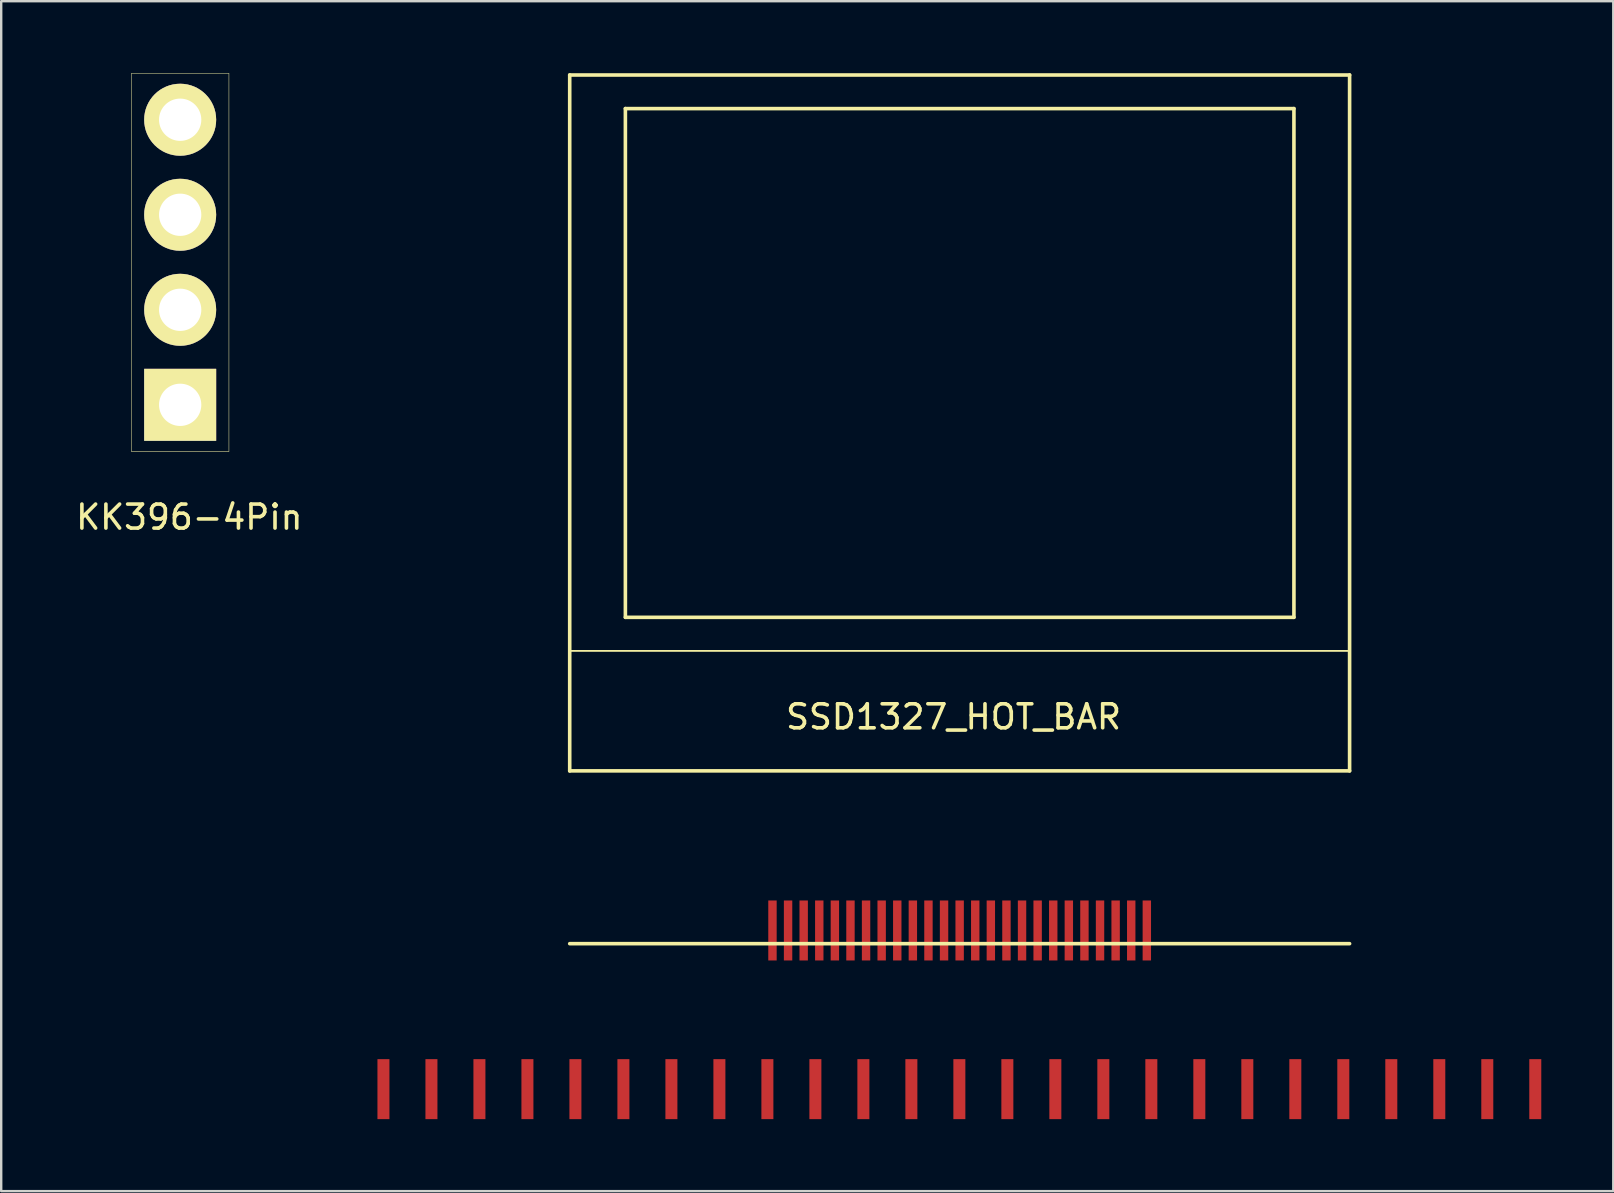
<source format=kicad_pcb>
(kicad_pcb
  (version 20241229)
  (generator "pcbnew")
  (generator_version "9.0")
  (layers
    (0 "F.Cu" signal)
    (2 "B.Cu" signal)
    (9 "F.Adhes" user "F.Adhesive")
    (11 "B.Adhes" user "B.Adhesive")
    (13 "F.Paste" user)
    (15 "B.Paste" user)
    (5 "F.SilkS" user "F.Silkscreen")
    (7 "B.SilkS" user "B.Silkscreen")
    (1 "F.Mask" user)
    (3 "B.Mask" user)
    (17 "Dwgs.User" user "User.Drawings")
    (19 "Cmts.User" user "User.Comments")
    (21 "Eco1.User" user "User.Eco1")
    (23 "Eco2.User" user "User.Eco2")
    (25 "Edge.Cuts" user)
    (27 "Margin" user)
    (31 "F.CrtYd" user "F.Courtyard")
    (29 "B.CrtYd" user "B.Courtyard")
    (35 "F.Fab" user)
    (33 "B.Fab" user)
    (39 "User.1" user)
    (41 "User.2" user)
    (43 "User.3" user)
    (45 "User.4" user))
  (footprint "SSD1327_HOT_BAR"
    (layer "F.Cu")
    (at 36.941 36.475)
    (property "Reference" "SSD1327_HOT_BAR" (at -0.254 -9.652 0) (layer "F.SilkS") (effects (font (size 1 1) (thickness 0.15))))
    (attr through_hole)
    (fp_line (start -16.25 -36.4) (end -16.25 -7.4) (stroke (width 0.15) (type solid)) (layer "F.SilkS"))
    (fp_line (start -16.25 -36.4) (end 16.25 -36.4) (stroke (width 0.15) (type solid)) (layer "F.SilkS"))
    (fp_line (start -16.25 -7.4) (end 16.25 -7.4) (stroke (width 0.15) (type solid)) (layer "F.SilkS"))
    (fp_line (start -16.25 -0.2) (end 16.25 -0.2) (stroke (width 0.15) (type solid)) (layer "F.SilkS"))
    (fp_line (start -13.93 -35) (end -13.93 -13.8) (stroke (width 0.15) (type solid)) (layer "F.SilkS"))
    (fp_line (start -13.93 -35) (end 13.93 -35) (stroke (width 0.15) (type solid)) (layer "F.SilkS"))
    (fp_line (start 13.93 -13.8) (end -13.93 -13.8) (stroke (width 0.15) (type solid)) (layer "F.SilkS"))
    (fp_line (start 13.93 -13.8) (end 13.93 -35) (stroke (width 0.15) (type solid)) (layer "F.SilkS"))
    (fp_line (start 16.25 -12.4) (end -16.25 -12.4) (stroke (width 0.075) (type solid)) (layer "F.SilkS"))
    (fp_line (start 16.25 -7.4) (end 16.25 -36.4) (stroke (width 0.15) (type solid)) (layer "F.SilkS"))
    (pad "1" smd rect (at 7.8 -0.75 180) (size 0.35 2.5) (layers "F.Cu" "F.Mask" "F.Paste"))
    (pad "1" smd rect (at 23.988 5.862 180) (size 0.5 2.5) (layers "F.Cu" "F.Mask" "F.Paste"))
    (pad "2" smd rect (at 7.15 -0.75 180) (size 0.35 2.5) (layers "F.Cu" "F.Mask" "F.Paste"))
    (pad "2" smd rect (at 21.988 5.862 180) (size 0.5 2.5) (layers "F.Cu" "F.Mask" "F.Paste"))
    (pad "3" smd rect (at 6.5 -0.75 180) (size 0.35 2.5) (layers "F.Cu" "F.Mask" "F.Paste"))
    (pad "3" smd rect (at 19.988 5.862 180) (size 0.5 2.5) (layers "F.Cu" "F.Mask" "F.Paste"))
    (pad "4" smd rect (at 5.85 -0.75 180) (size 0.35 2.5) (layers "F.Cu" "F.Mask" "F.Paste"))
    (pad "4" smd rect (at 17.988 5.862 180) (size 0.5 2.5) (layers "F.Cu" "F.Mask" "F.Paste"))
    (pad "5" smd rect (at 5.2 -0.75 180) (size 0.35 2.5) (layers "F.Cu" "F.Mask" "F.Paste"))
    (pad "5" smd rect (at 15.988 5.862 180) (size 0.5 2.5) (layers "F.Cu" "F.Mask" "F.Paste"))
    (pad "6" smd rect (at 4.55 -0.75 180) (size 0.35 2.5) (layers "F.Cu" "F.Mask" "F.Paste"))
    (pad "6" smd rect (at 13.988 5.862 180) (size 0.5 2.5) (layers "F.Cu" "F.Mask" "F.Paste"))
    (pad "7" smd rect (at 3.9 -0.75 180) (size 0.35 2.5) (layers "F.Cu" "F.Mask" "F.Paste"))
    (pad "7" smd rect (at 11.988 5.862 180) (size 0.5 2.5) (layers "F.Cu" "F.Mask" "F.Paste"))
    (pad "8" smd rect (at 3.25 -0.75 180) (size 0.35 2.5) (layers "F.Cu" "F.Mask" "F.Paste"))
    (pad "8" smd rect (at 9.988 5.862 180) (size 0.5 2.5) (layers "F.Cu" "F.Mask" "F.Paste"))
    (pad "9" smd rect (at 2.6 -0.75 180) (size 0.35 2.5) (layers "F.Cu" "F.Mask" "F.Paste"))
    (pad "9" smd rect (at 7.988 5.862 180) (size 0.5 2.5) (layers "F.Cu" "F.Mask" "F.Paste"))
    (pad "10" smd rect (at 1.95 -0.75 180) (size 0.35 2.5) (layers "F.Cu" "F.Mask" "F.Paste"))
    (pad "10" smd rect (at 5.988 5.862 180) (size 0.5 2.5) (layers "F.Cu" "F.Mask" "F.Paste"))
    (pad "11" smd rect (at 1.3 -0.75 180) (size 0.35 2.5) (layers "F.Cu" "F.Mask" "F.Paste"))
    (pad "11" smd rect (at 3.988 5.862 180) (size 0.5 2.5) (layers "F.Cu" "F.Mask" "F.Paste"))
    (pad "12" smd rect (at 0.65 -0.75 180) (size 0.35 2.5) (layers "F.Cu" "F.Mask" "F.Paste"))
    (pad "12" smd rect (at 1.988 5.862 180) (size 0.5 2.5) (layers "F.Cu" "F.Mask" "F.Paste"))
    (pad "13" smd rect (at -0.012 5.862 180) (size 0.5 2.5) (layers "F.Cu" "F.Mask" "F.Paste"))
    (pad "13" smd rect (at 0 -0.75 180) (size 0.35 2.5) (layers "F.Cu" "F.Mask" "F.Paste"))
    (pad "14" smd rect (at -2.012 5.862 180) (size 0.5 2.5) (layers "F.Cu" "F.Mask" "F.Paste"))
    (pad "14" smd rect (at -0.65 -0.75 180) (size 0.35 2.5) (layers "F.Cu" "F.Mask" "F.Paste"))
    (pad "15" smd rect (at -4.012 5.862 180) (size 0.5 2.5) (layers "F.Cu" "F.Mask" "F.Paste"))
    (pad "15" smd rect (at -1.3 -0.75 180) (size 0.35 2.5) (layers "F.Cu" "F.Mask" "F.Paste"))
    (pad "16" smd rect (at -6.012 5.862 180) (size 0.5 2.5) (layers "F.Cu" "F.Mask" "F.Paste"))
    (pad "16" smd rect (at -1.95 -0.75 180) (size 0.35 2.5) (layers "F.Cu" "F.Mask" "F.Paste"))
    (pad "17" smd rect (at -8.012 5.862 180) (size 0.5 2.5) (layers "F.Cu" "F.Mask" "F.Paste"))
    (pad "17" smd rect (at -2.6 -0.75 180) (size 0.35 2.5) (layers "F.Cu" "F.Mask" "F.Paste"))
    (pad "18" smd rect (at -10.012 5.862 180) (size 0.5 2.5) (layers "F.Cu" "F.Mask" "F.Paste"))
    (pad "18" smd rect (at -3.25 -0.75 180) (size 0.35 2.5) (layers "F.Cu" "F.Mask" "F.Paste"))
    (pad "19" smd rect (at -12.012 5.862 180) (size 0.5 2.5) (layers "F.Cu" "F.Mask" "F.Paste"))
    (pad "19" smd rect (at -3.9 -0.75 180) (size 0.35 2.5) (layers "F.Cu" "F.Mask" "F.Paste"))
    (pad "20" smd rect (at -14.012 5.862 180) (size 0.5 2.5) (layers "F.Cu" "F.Mask" "F.Paste"))
    (pad "20" smd rect (at -4.55 -0.75 180) (size 0.35 2.5) (layers "F.Cu" "F.Mask" "F.Paste"))
    (pad "21" smd rect (at -16.012 5.862 180) (size 0.5 2.5) (layers "F.Cu" "F.Mask" "F.Paste"))
    (pad "21" smd rect (at -5.2 -0.75 180) (size 0.35 2.5) (layers "F.Cu" "F.Mask" "F.Paste"))
    (pad "22" smd rect (at -18.012 5.862 180) (size 0.5 2.5) (layers "F.Cu" "F.Mask" "F.Paste"))
    (pad "22" smd rect (at -5.85 -0.75 180) (size 0.35 2.5) (layers "F.Cu" "F.Mask" "F.Paste"))
    (pad "23" smd rect (at -20.012 5.862 180) (size 0.5 2.5) (layers "F.Cu" "F.Mask" "F.Paste"))
    (pad "23" smd rect (at -6.5 -0.75 180) (size 0.35 2.5) (layers "F.Cu" "F.Mask" "F.Paste"))
    (pad "24" smd rect (at -22.012 5.862 180) (size 0.5 2.5) (layers "F.Cu" "F.Mask" "F.Paste"))
    (pad "24" smd rect (at -7.15 -0.75 180) (size 0.35 2.5) (layers "F.Cu" "F.Mask" "F.Paste"))
    (pad "25" smd rect (at -24.012 5.862 180) (size 0.5 2.5) (layers "F.Cu" "F.Mask" "F.Paste"))
    (pad "25" smd rect (at -7.8 -0.75 180) (size 0.35 2.5) (layers "F.Cu" "F.Mask" "F.Paste")))
  (footprint "KK396-4Pin"
    (layer "F.Cu")
    (at 4.458 7.884)
    (property "Reference" "KK396-4Pin" (at 0.381 10.617 0) (layer "F.SilkS") (effects (font (size 1 1) (thickness 0.15))))
    (attr through_hole)
    (fp_line (start -2.032 -7.874) (end 2.032 -7.874) (stroke (width 0.02) (type solid)) (layer "F.SilkS"))
    (fp_line (start -2.032 7.874) (end -2.032 -7.874) (stroke (width 0.02) (type solid)) (layer "F.SilkS"))
    (fp_line (start 2.032 -7.874) (end 2.032 7.874) (stroke (width 0.02) (type solid)) (layer "F.SilkS"))
    (fp_line (start 2.032 7.874) (end -2.032 7.874) (stroke (width 0.02) (type solid)) (layer "F.SilkS"))
    (pad "1" thru_hole circle (at 0 -5.944) (size 3 3) (drill 1.762) (layers "*.Cu" "*.Mask" "F.SilkS"))
    (pad "2" thru_hole circle (at 0 -1.984) (size 3 3) (drill 1.762) (layers "*.Cu" "*.Mask" "F.SilkS"))
    (pad "3" thru_hole circle (at 0 1.976) (size 3 3) (drill 1.762) (layers "*.Cu" "*.Mask" "F.SilkS"))
    (pad "4" thru_hole rect (at 0 5.936) (size 3 3) (drill 1.762) (layers "*.Cu" "*.Mask" "F.SilkS")))
  (gr_rect
    (start -3 -3)
    (end 64.179 46.587)
    (stroke (width 0.1) (type default))
    (fill no)
    (layer "Edge.Cuts")))
</source>
